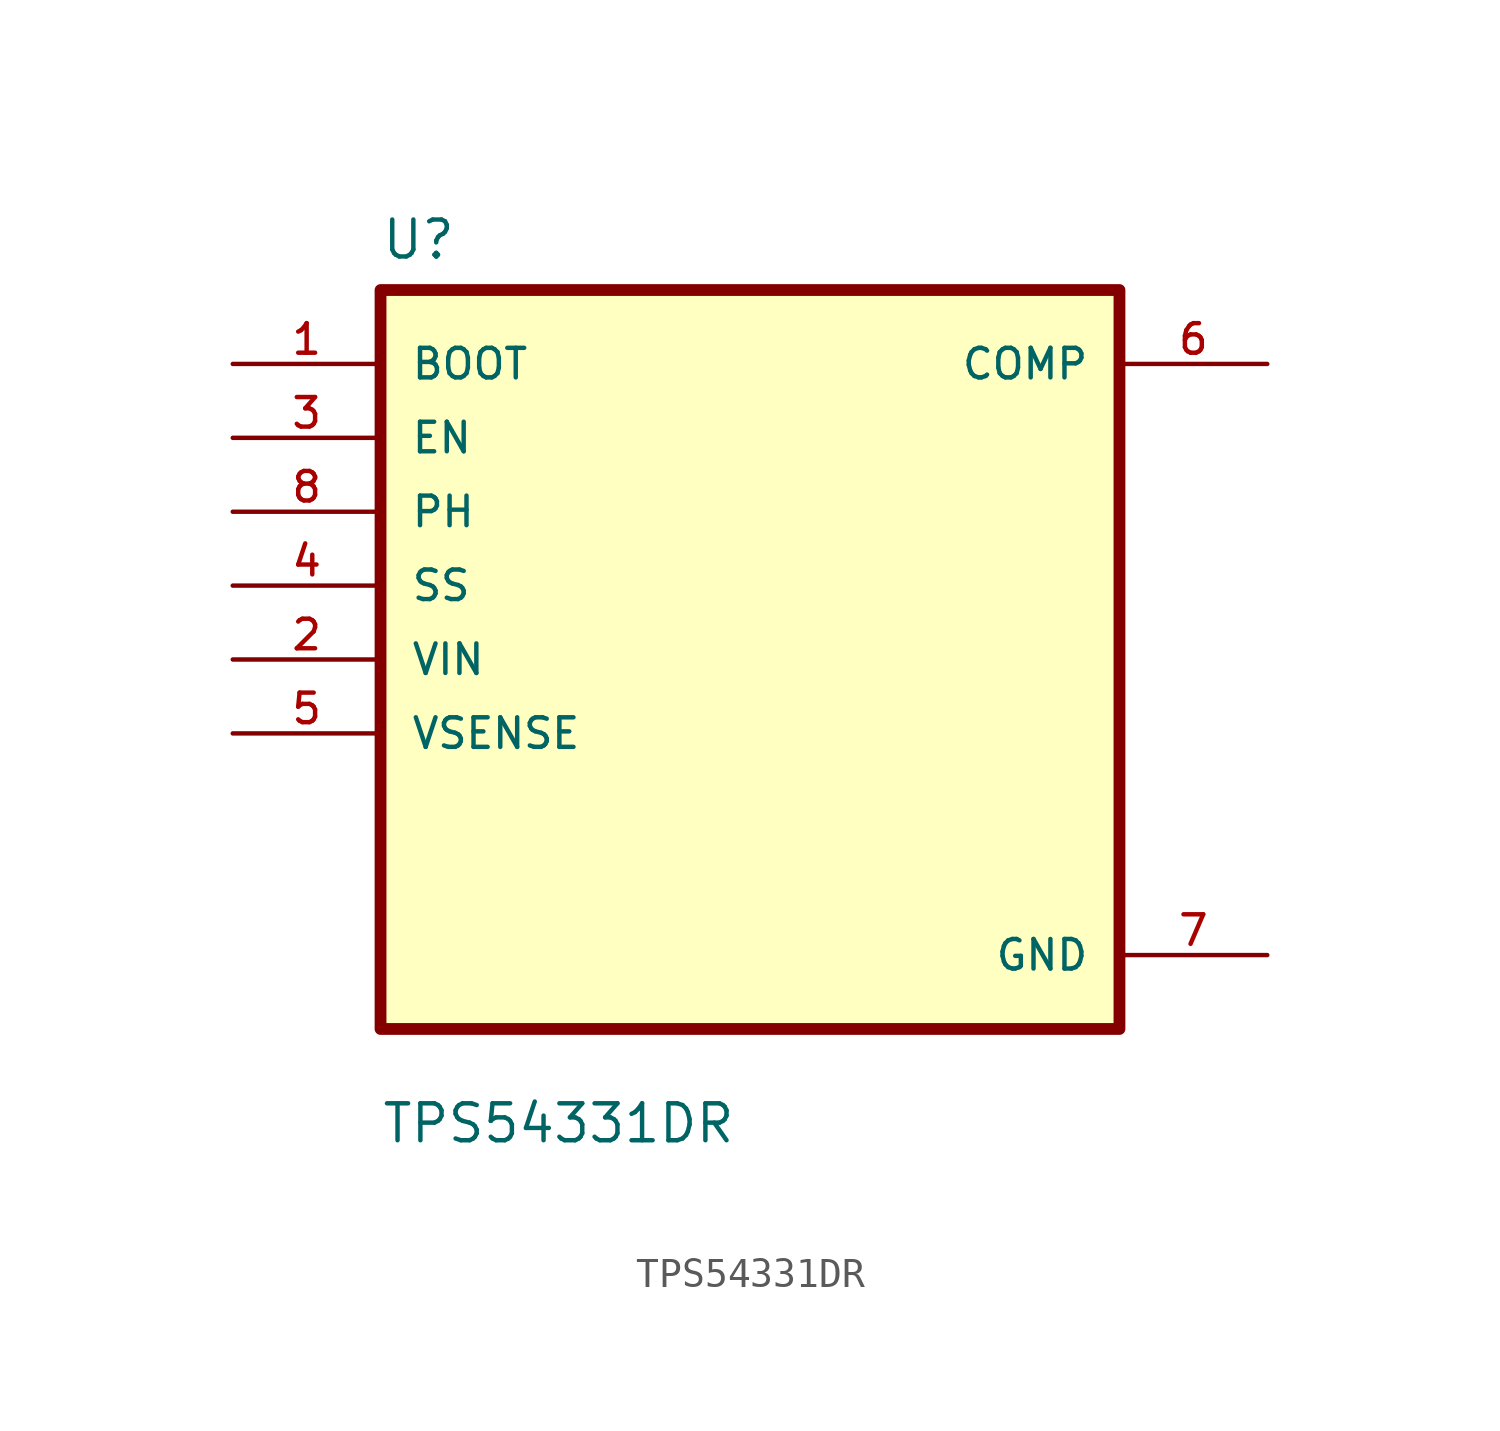
<source format=kicad_sym>
(kicad_symbol_lib
  (version 20211014)
  (generator kicad_symbol_editor)
  (symbol "TPS54331DR"
    (pin_names
      (offset 1.016))
    (property "Reference" "U"
      (at -12.7 13.691 0)
      (effects (font (size 1.27 1.27)) (justify left bottom)))
    (property "Value" "TPS54331DR"
      (at -12.7 -16.688 0)
      (effects (font (size 1.27 1.27)) (justify left bottom)))
    (property "ki_locked" ""
      (at 0 0 0)
      (effects (font (size 1.27 1.27))))
    (symbol "TPS54331DR_0_0"
      (rectangle (start -12.7 -12.7) (end 12.7 12.7) (stroke (width 0.406) (type default) (color 0 0 0 0)) (fill (type background)))
      (pin input line (at -17.78 10.16 0) (length 5.08) (name "BOOT" (effects (font (size 1.016 1.016)))) (number "1" (effects (font (size 1.016 1.016)))))
      (pin input line (at -17.78 0 0) (length 5.08) (name "VIN" (effects (font (size 1.016 1.016)))) (number "2" (effects (font (size 1.016 1.016)))))
      (pin input line (at -17.78 7.62 0) (length 5.08) (name "EN" (effects (font (size 1.016 1.016)))) (number "3" (effects (font (size 1.016 1.016)))))
      (pin input line (at -17.78 2.54 0) (length 5.08) (name "SS" (effects (font (size 1.016 1.016)))) (number "4" (effects (font (size 1.016 1.016)))))
      (pin input line (at -17.78 -2.54 0) (length 5.08) (name "VSENSE" (effects (font (size 1.016 1.016)))) (number "5" (effects (font (size 1.016 1.016)))))
      (pin output line (at 17.78 10.16 180) (length 5.08) (name "COMP" (effects (font (size 1.016 1.016)))) (number "6" (effects (font (size 1.016 1.016)))))
      (pin power_in line (at 17.78 -10.16 180) (length 5.08) (name "GND" (effects (font (size 1.016 1.016)))) (number "7" (effects (font (size 1.016 1.016)))))
      (pin input line (at -17.78 5.08 0) (length 5.08) (name "PH" (effects (font (size 1.016 1.016)))) (number "8" (effects (font (size 1.016 1.016))))))))
</source>
